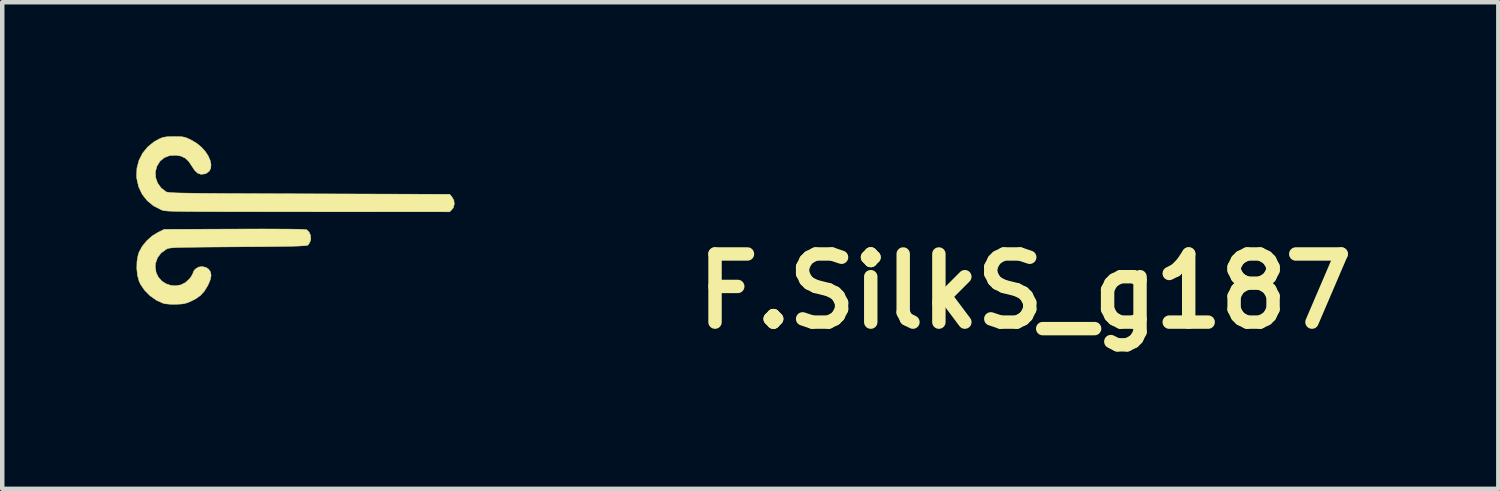
<source format=kicad_pcb>
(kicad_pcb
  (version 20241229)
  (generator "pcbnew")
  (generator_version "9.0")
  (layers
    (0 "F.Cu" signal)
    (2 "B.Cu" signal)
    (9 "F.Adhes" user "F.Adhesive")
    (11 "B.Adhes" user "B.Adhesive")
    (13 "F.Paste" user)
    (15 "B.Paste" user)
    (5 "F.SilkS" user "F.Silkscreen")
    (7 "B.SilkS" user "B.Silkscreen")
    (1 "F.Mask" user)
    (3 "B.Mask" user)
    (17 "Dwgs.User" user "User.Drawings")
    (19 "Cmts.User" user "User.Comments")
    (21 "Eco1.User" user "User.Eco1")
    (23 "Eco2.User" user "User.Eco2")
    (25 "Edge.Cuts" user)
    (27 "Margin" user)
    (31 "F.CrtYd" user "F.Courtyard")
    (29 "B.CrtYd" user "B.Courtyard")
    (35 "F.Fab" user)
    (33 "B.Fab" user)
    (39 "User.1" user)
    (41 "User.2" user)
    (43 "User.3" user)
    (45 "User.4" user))
  (footprint "F.SilkS_g187"
    (layer "F.Cu")
    (at 19.875 3.466)
    (property "Reference" "F.SilkS_g187" (at 0 0 0) (layer "F.SilkS") (effects (font (size 1.524 1.524) (thickness 0.3))))
    (attr through_hole)
    (fp_poly (pts (xy -16.816 -1.393) (xy -16.606 -1.392) (xy -16.432 -1.391) (xy -16.294 -1.389) (xy -16.189 -1.386) (xy -16.116 -1.382) (xy -16.074 -1.378) (xy -16.063 -1.375) (xy -16.012 -1.326) (xy -15.98 -1.253) (xy -15.973 -1.172) (xy -15.981 -1.132) (xy -16.006 -1.076) (xy -16.037 -1.035) (xy -16.038 -1.034) (xy -16.052 -1.028) (xy -16.081 -1.023) (xy -16.129 -1.019) (xy -16.197 -1.015) (xy -16.288 -1.011) (xy -16.405 -1.008) (xy -16.55 -1.005) (xy -16.726 -1.003) (xy -16.936 -1) (xy -17.181 -0.998) (xy -17.466 -0.996) (xy -17.598 -0.995) (xy -17.889 -0.993) (xy -18.14 -0.991) (xy -18.355 -0.989) (xy -18.537 -0.987) (xy -18.689 -0.985) (xy -18.814 -0.983) (xy -18.914 -0.981) (xy -18.994 -0.978) (xy -19.055 -0.974) (xy -19.102 -0.97) (xy -19.137 -0.965) (xy -19.162 -0.959) (xy -19.182 -0.952) (xy -19.199 -0.944) (xy -19.209 -0.939) (xy -19.323 -0.856) (xy -19.402 -0.752) (xy -19.445 -0.63) (xy -19.452 -0.55) (xy -19.434 -0.424) (xy -19.384 -0.317) (xy -19.308 -0.231) (xy -19.213 -0.169) (xy -19.105 -0.132) (xy -18.992 -0.123) (xy -18.879 -0.144) (xy -18.773 -0.197) (xy -18.681 -0.283) (xy -18.669 -0.3) (xy -18.632 -0.356) (xy -18.609 -0.402) (xy -18.605 -0.417) (xy -18.592 -0.451) (xy -18.558 -0.494) (xy -18.554 -0.498) (xy -18.483 -0.542) (xy -18.399 -0.553) (xy -18.316 -0.533) (xy -18.259 -0.495) (xy -18.215 -0.43) (xy -18.203 -0.352) (xy -18.222 -0.256) (xy -18.273 -0.138) (xy -18.28 -0.125) (xy -18.354 -0.003) (xy -18.439 0.09) (xy -18.545 0.166) (xy -18.647 0.219) (xy -18.722 0.252) (xy -18.789 0.272) (xy -18.862 0.284) (xy -18.959 0.289) (xy -18.986 0.29) (xy -19.12 0.289) (xy -19.226 0.279) (xy -19.277 0.267) (xy -19.428 0.199) (xy -19.569 0.099) (xy -19.69 -0.023) (xy -19.783 -0.159) (xy -19.814 -0.228) (xy -19.85 -0.359) (xy -19.865 -0.51) (xy -19.861 -0.665) (xy -19.836 -0.807) (xy -19.815 -0.874) (xy -19.743 -1.006) (xy -19.64 -1.132) (xy -19.516 -1.241) (xy -19.392 -1.317) (xy -19.252 -1.386) (xy -17.68 -1.392) (xy -17.351 -1.393) (xy -17.064 -1.394) (xy -16.816 -1.393)) (stroke (width 0.01) (type solid)) (fill yes) (layer "F.SilkS"))
    (fp_poly (pts (xy -18.926 -3.46) (xy -18.853 -3.456) (xy -18.795 -3.446) (xy -18.739 -3.426) (xy -18.672 -3.395) (xy -18.643 -3.381) (xy -18.523 -3.309) (xy -18.419 -3.223) (xy -18.334 -3.128) (xy -18.268 -3.029) (xy -18.225 -2.93) (xy -18.205 -2.837) (xy -18.211 -2.754) (xy -18.246 -2.686) (xy -18.31 -2.639) (xy -18.342 -2.627) (xy -18.427 -2.617) (xy -18.501 -2.642) (xy -18.569 -2.704) (xy -18.628 -2.793) (xy -18.702 -2.905) (xy -18.781 -2.979) (xy -18.874 -3.024) (xy -18.989 -3.044) (xy -18.996 -3.044) (xy -19.134 -3.035) (xy -19.252 -2.989) (xy -19.347 -2.909) (xy -19.417 -2.795) (xy -19.419 -2.789) (xy -19.45 -2.665) (xy -19.442 -2.539) (xy -19.399 -2.42) (xy -19.323 -2.314) (xy -19.219 -2.231) (xy -19.209 -2.226) (xy -19.198 -2.221) (xy -19.181 -2.217) (xy -19.157 -2.213) (xy -19.123 -2.209) (xy -19.078 -2.206) (xy -19.019 -2.203) (xy -18.945 -2.2) (xy -18.853 -2.198) (xy -18.741 -2.196) (xy -18.608 -2.194) (xy -18.45 -2.192) (xy -18.268 -2.19) (xy -18.057 -2.189) (xy -17.817 -2.187) (xy -17.545 -2.186) (xy -17.239 -2.185) (xy -16.897 -2.183) (xy -16.517 -2.182) (xy -16.098 -2.18) (xy -16.005 -2.18) (xy -12.866 -2.17) (xy -12.815 -2.11) (xy -12.772 -2.033) (xy -12.763 -1.948) (xy -12.787 -1.868) (xy -12.815 -1.83) (xy -12.867 -1.778) (xy -16.038 -1.779) (xy -16.466 -1.779) (xy -16.854 -1.779) (xy -17.204 -1.78) (xy -17.518 -1.78) (xy -17.797 -1.78) (xy -18.045 -1.781) (xy -18.263 -1.782) (xy -18.452 -1.782) (xy -18.616 -1.784) (xy -18.756 -1.785) (xy -18.875 -1.787) (xy -18.974 -1.788) (xy -19.055 -1.791) (xy -19.121 -1.793) (xy -19.173 -1.796) (xy -19.214 -1.8) (xy -19.245 -1.803) (xy -19.27 -1.808) (xy -19.289 -1.812) (xy -19.305 -1.818) (xy -19.313 -1.821) (xy -19.488 -1.91) (xy -19.632 -2.028) (xy -19.745 -2.172) (xy -19.824 -2.339) (xy -19.866 -2.526) (xy -19.87 -2.573) (xy -19.862 -2.756) (xy -19.816 -2.929) (xy -19.734 -3.09) (xy -19.62 -3.23) (xy -19.476 -3.346) (xy -19.371 -3.404) (xy -19.311 -3.431) (xy -19.255 -3.447) (xy -19.192 -3.456) (xy -19.109 -3.46) (xy -19.028 -3.461) (xy -18.926 -3.46)) (stroke (width 0.01) (type solid)) (fill yes) (layer "F.SilkS")))
  (gr_rect
    (start -3 -3)
    (end 30.466 7.884)
    (stroke (width 0.1) (type default))
    (fill no)
    (layer "Edge.Cuts")))
</source>
